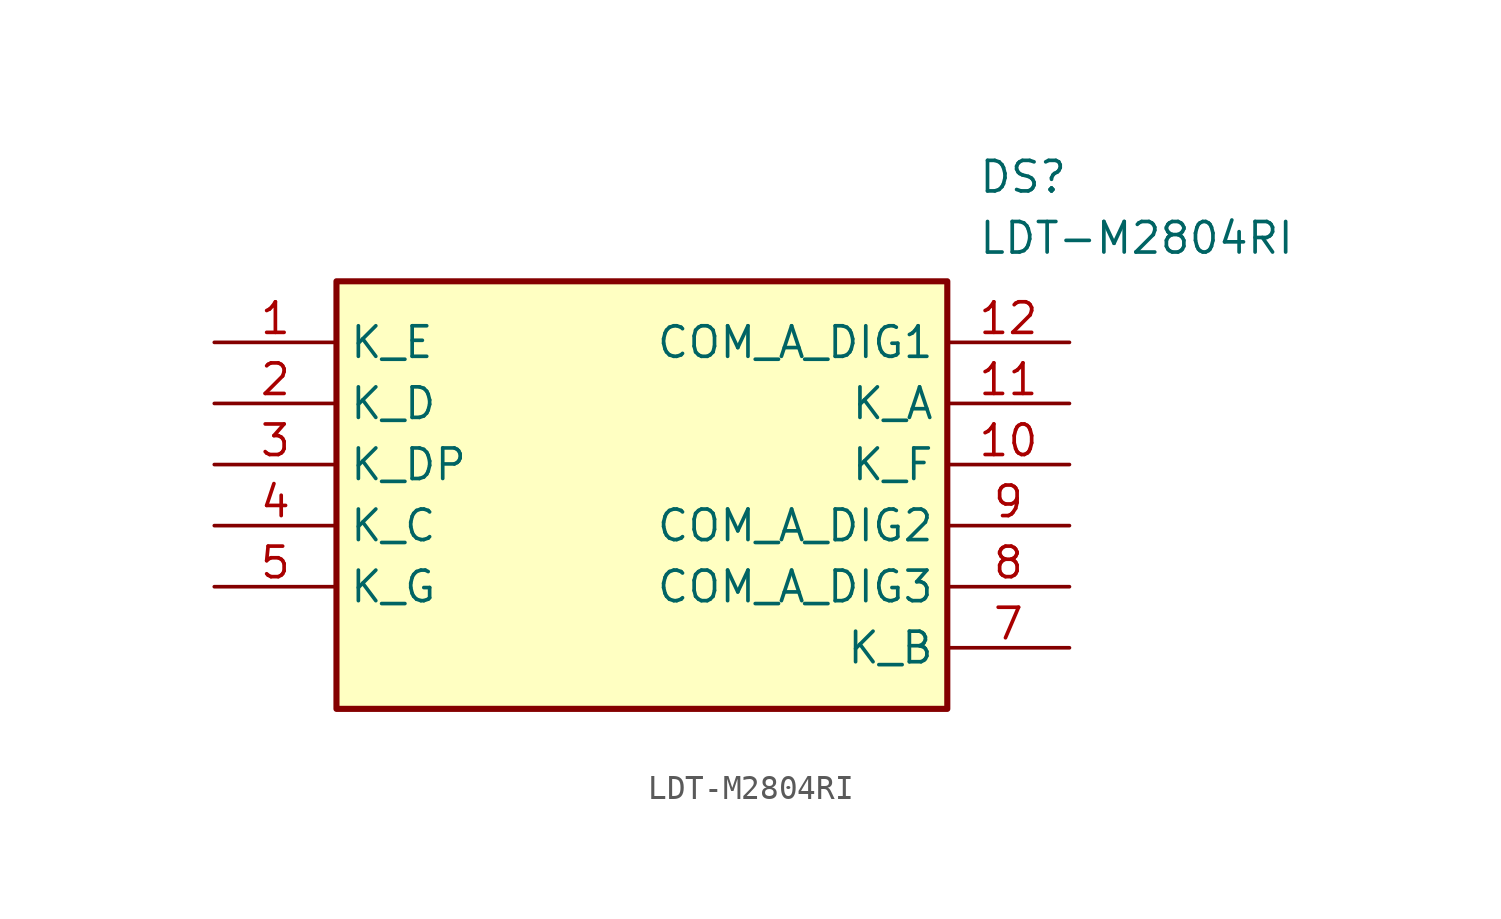
<source format=kicad_sym>
(kicad_symbol_lib
  (version 20211014)
  (generator SamacSys_ECAD_Model)
  (symbol "LDT-M2804RI"
    (property "Reference" "DS"
      (at 31.75 7.62 0)
      (effects (font (size 1.27 1.27)) (justify left top)))
    (property "Value" "LDT-M2804RI"
      (at 31.75 5.08 0)
      (effects (font (size 1.27 1.27)) (justify left top)))
    (rectangle
      (start 5.08 2.54)
      (end 30.48 -15.24)
      (stroke (width 0.254) (type default))
      (fill (type background)))
    (pin passive line
      (at 0 0 0)
      (length 5.08)
      (name "K_E" (effects (font (size 1.27 1.27))))
      (number "1" (effects (font (size 1.27 1.27)))))
    (pin passive line
      (at 0 -2.54 0)
      (length 5.08)
      (name "K_D" (effects (font (size 1.27 1.27))))
      (number "2" (effects (font (size 1.27 1.27)))))
    (pin passive line
      (at 0 -5.08 0)
      (length 5.08)
      (name "K_DP" (effects (font (size 1.27 1.27))))
      (number "3" (effects (font (size 1.27 1.27)))))
    (pin passive line
      (at 0 -7.62 0)
      (length 5.08)
      (name "K_C" (effects (font (size 1.27 1.27))))
      (number "4" (effects (font (size 1.27 1.27)))))
    (pin passive line
      (at 0 -10.16 0)
      (length 5.08)
      (name "K_G" (effects (font (size 1.27 1.27))))
      (number "5" (effects (font (size 1.27 1.27)))))
    (pin passive line
      (at 35.56 -12.7 180)
      (length 5.08)
      (name "K_B" (effects (font (size 1.27 1.27))))
      (number "7" (effects (font (size 1.27 1.27)))))
    (pin passive line
      (at 35.56 -10.16 180)
      (length 5.08)
      (name "COM_A_DIG3" (effects (font (size 1.27 1.27))))
      (number "8" (effects (font (size 1.27 1.27)))))
    (pin passive line
      (at 35.56 -7.62 180)
      (length 5.08)
      (name "COM_A_DIG2" (effects (font (size 1.27 1.27))))
      (number "9" (effects (font (size 1.27 1.27)))))
    (pin passive line
      (at 35.56 -5.08 180)
      (length 5.08)
      (name "K_F" (effects (font (size 1.27 1.27))))
      (number "10" (effects (font (size 1.27 1.27)))))
    (pin passive line
      (at 35.56 -2.54 180)
      (length 5.08)
      (name "K_A" (effects (font (size 1.27 1.27))))
      (number "11" (effects (font (size 1.27 1.27)))))
    (pin passive line
      (at 35.56 0 180)
      (length 5.08)
      (name "COM_A_DIG1" (effects (font (size 1.27 1.27))))
      (number "12" (effects (font (size 1.27 1.27)))))))
</source>
